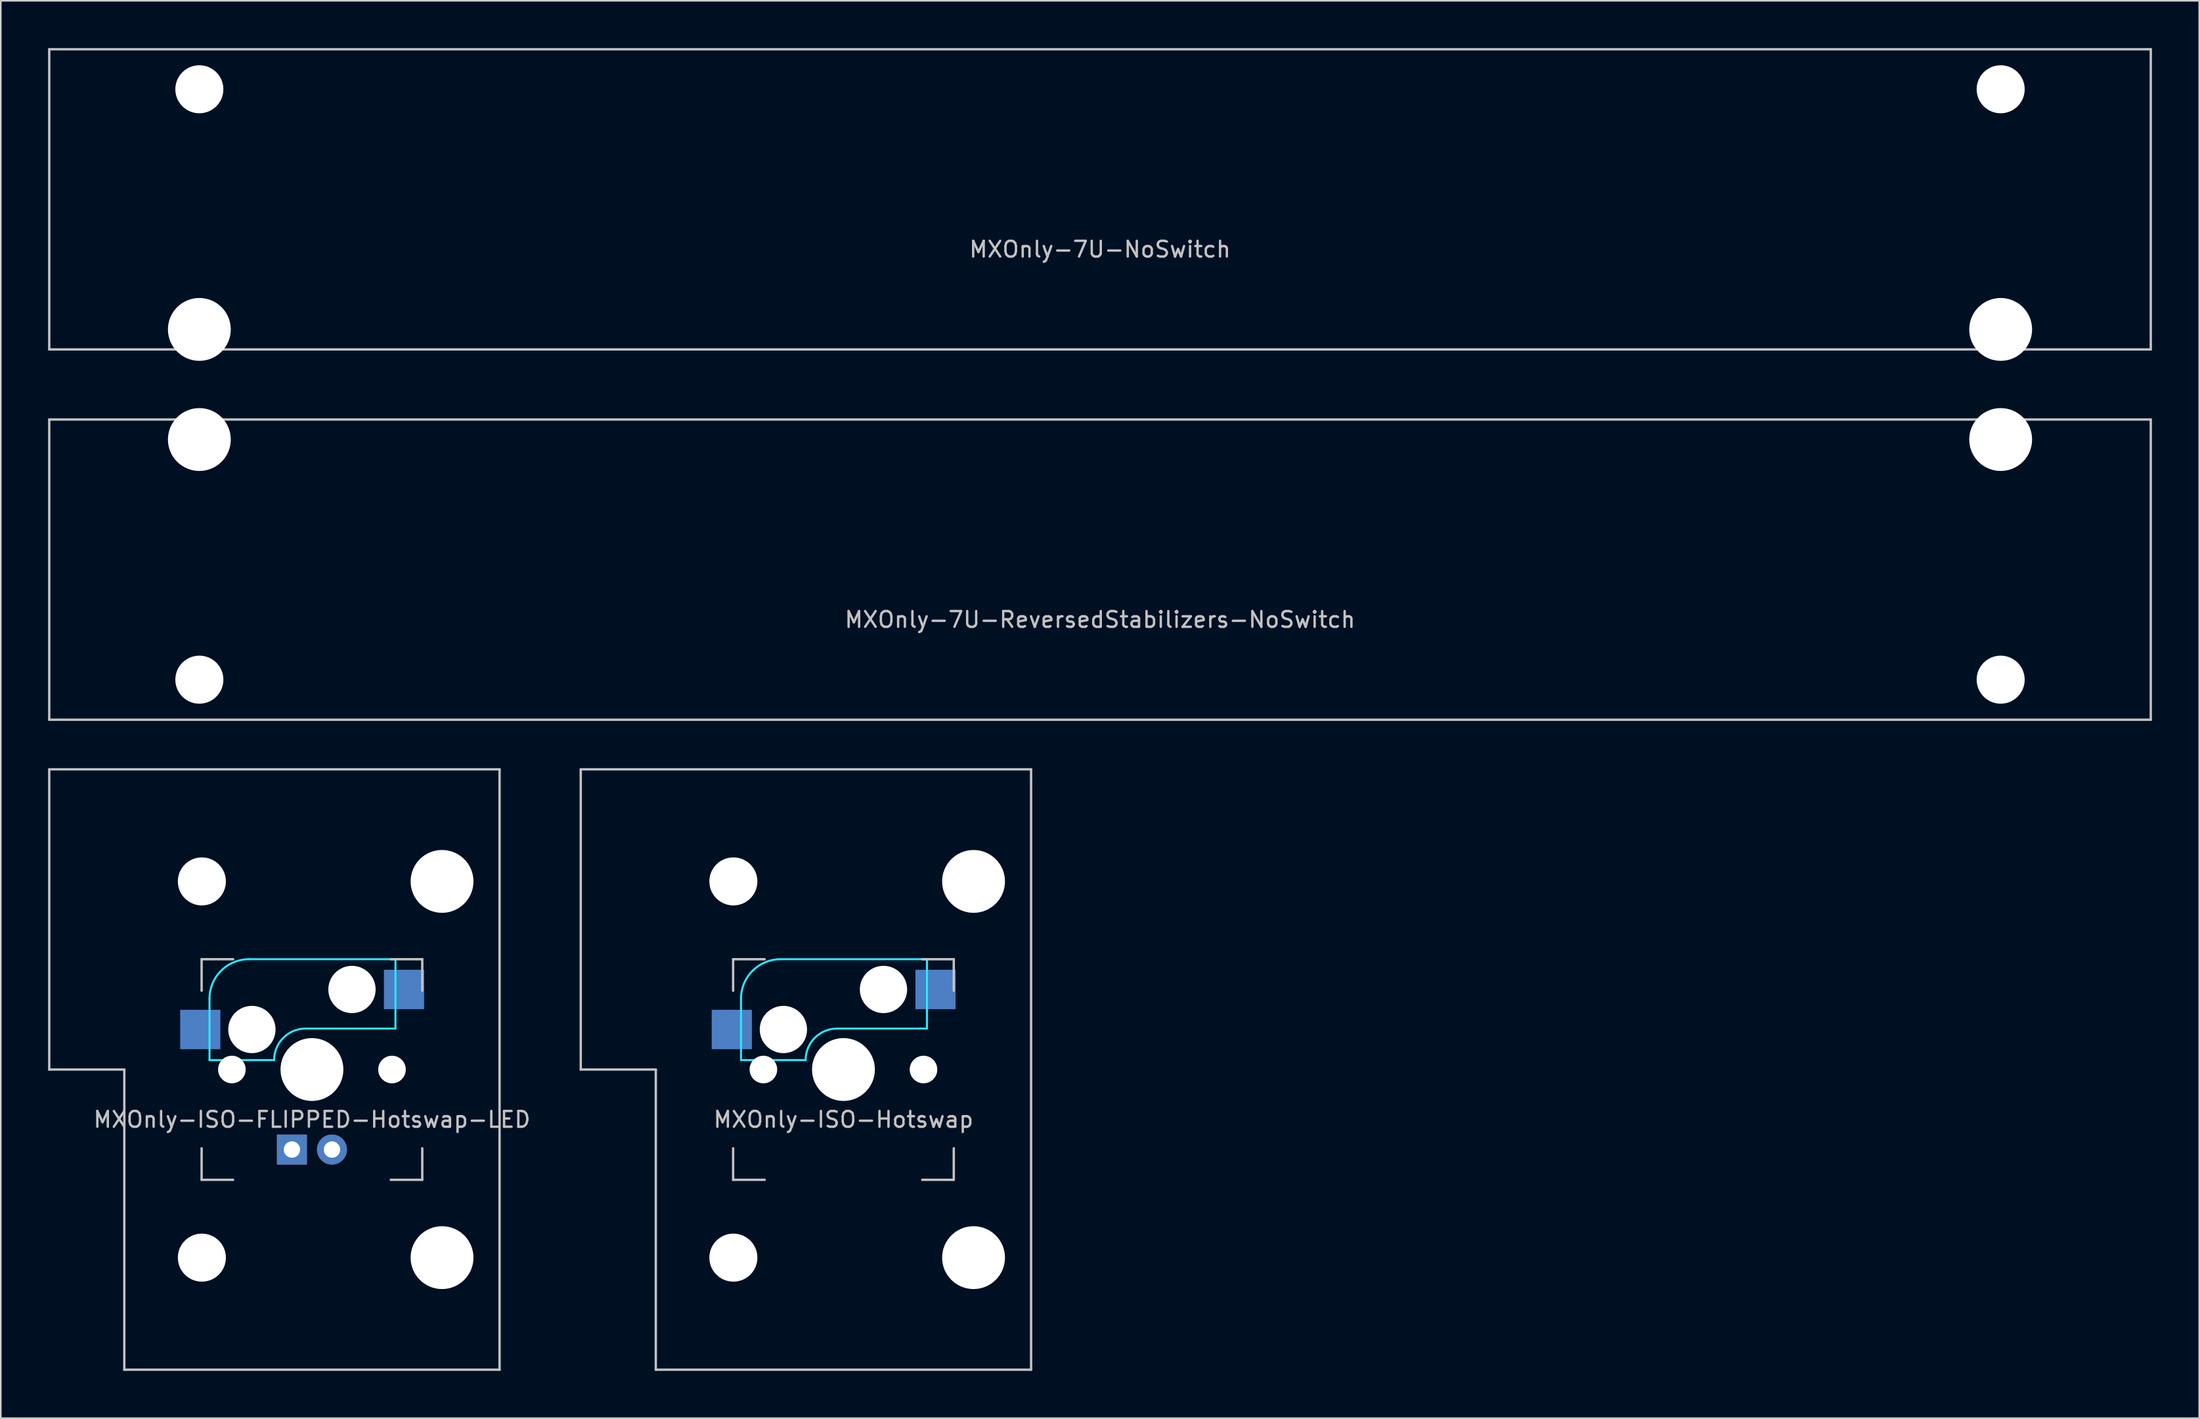
<source format=kicad_pcb>
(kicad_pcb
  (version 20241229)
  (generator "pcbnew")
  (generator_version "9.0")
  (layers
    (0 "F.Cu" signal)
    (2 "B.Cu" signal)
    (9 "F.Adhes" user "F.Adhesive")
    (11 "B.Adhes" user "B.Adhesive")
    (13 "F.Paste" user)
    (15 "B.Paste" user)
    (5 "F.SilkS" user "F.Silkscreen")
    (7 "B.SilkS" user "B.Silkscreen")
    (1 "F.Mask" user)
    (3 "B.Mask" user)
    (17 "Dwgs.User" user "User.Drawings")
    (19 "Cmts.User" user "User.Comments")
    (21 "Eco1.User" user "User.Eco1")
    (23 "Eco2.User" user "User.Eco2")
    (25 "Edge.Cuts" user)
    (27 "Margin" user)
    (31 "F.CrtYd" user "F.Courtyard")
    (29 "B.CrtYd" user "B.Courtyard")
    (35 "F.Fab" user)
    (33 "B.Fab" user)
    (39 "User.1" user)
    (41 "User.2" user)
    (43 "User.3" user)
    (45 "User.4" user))
  (footprint "MXOnly-ISO-Hotswap"
    (layer "F.Cu")
    (at 50.47 64.823)
    (property "Reference" "MXOnly-ISO-Hotswap" (at 0 3.175 0) (layer "Dwgs.User") (effects (font (size 1 1) (thickness 0.15))))
    (attr through_hole)
    (fp_line (start -16.669 -19.05) (end -16.669 0) (stroke (width 0.15) (type solid)) (layer "Dwgs.User"))
    (fp_line (start -16.669 -19.05) (end 11.906 -19.05) (stroke (width 0.15) (type solid)) (layer "Dwgs.User"))
    (fp_line (start -11.906 0) (end -16.669 0) (stroke (width 0.15) (type solid)) (layer "Dwgs.User"))
    (fp_line (start -11.906 19.05) (end -11.906 0) (stroke (width 0.15) (type solid)) (layer "Dwgs.User"))
    (fp_line (start -11.906 19.05) (end 11.906 19.05) (stroke (width 0.15) (type solid)) (layer "Dwgs.User"))
    (fp_line (start -7 -7) (end -7 -5) (stroke (width 0.15) (type solid)) (layer "Dwgs.User"))
    (fp_line (start -7 5) (end -7 7) (stroke (width 0.15) (type solid)) (layer "Dwgs.User"))
    (fp_line (start -7 7) (end -5 7) (stroke (width 0.15) (type solid)) (layer "Dwgs.User"))
    (fp_line (start -5 -7) (end -7 -7) (stroke (width 0.15) (type solid)) (layer "Dwgs.User"))
    (fp_line (start 5 -7) (end 7 -7) (stroke (width 0.15) (type solid)) (layer "Dwgs.User"))
    (fp_line (start 5 7) (end 7 7) (stroke (width 0.15) (type solid)) (layer "Dwgs.User"))
    (fp_line (start 7 -7) (end 7 -5) (stroke (width 0.15) (type solid)) (layer "Dwgs.User"))
    (fp_line (start 7 7) (end 7 5) (stroke (width 0.15) (type solid)) (layer "Dwgs.User"))
    (fp_line (start 11.906 -19.05) (end 11.906 19.05) (stroke (width 0.15) (type solid)) (layer "Dwgs.User"))
    (fp_line (start -6.5 -4.5) (end -6.5 -0.6) (stroke (width 0.127) (type solid)) (layer "B.CrtYd"))
    (fp_line (start -6.5 -0.6) (end -2.4 -0.6) (stroke (width 0.127) (type solid)) (layer "B.CrtYd"))
    (fp_line (start -0.4 -2.6) (end 5.3 -2.6) (stroke (width 0.127) (type solid)) (layer "B.CrtYd"))
    (fp_line (start 5.3 -7) (end -4 -7) (stroke (width 0.127) (type solid)) (layer "B.CrtYd"))
    (fp_line (start 5.3 -7) (end 5.3 -2.6) (stroke (width 0.127) (type solid)) (layer "B.CrtYd"))
    (fp_arc (start -6.5 -4.5) (mid -5.767767 -6.267767) (end -4 -7) (stroke (width 0.127) (type solid)) (layer "B.CrtYd"))
    (fp_arc (start -2.4 -0.6) (mid -1.814214 -2.014214) (end -0.4 -2.6) (stroke (width 0.127) (type solid)) (layer "B.CrtYd"))
    (pad "" np_thru_hole circle (at -6.985 -11.938) (size 3.048 3.048) (drill 3.048) (layers "*.Cu" "*.Mask"))
    (pad "" np_thru_hole circle (at -6.985 11.938) (size 3.048 3.048) (drill 3.048) (layers "*.Cu" "*.Mask"))
    (pad "" np_thru_hole circle (at -5.08 0 48.1) (size 1.75 1.75) (drill 1.75) (layers "*.Cu" "*.Mask"))
    (pad "" np_thru_hole circle (at -3.81 -2.54) (size 3 3) (drill 3) (layers "*.Cu" "*.Mask"))
    (pad "" np_thru_hole circle (at 0 0) (size 3.988 3.988) (drill 3.988) (layers "*.Cu" "*.Mask"))
    (pad "" np_thru_hole circle (at 2.54 -5.08) (size 3 3) (drill 3) (layers "*.Cu" "*.Mask"))
    (pad "" np_thru_hole circle (at 5.08 0 48.1) (size 1.75 1.75) (drill 1.75) (layers "*.Cu" "*.Mask"))
    (pad "" np_thru_hole circle (at 8.255 -11.938) (size 3.988 3.988) (drill 3.988) (layers "*.Cu" "*.Mask"))
    (pad "" np_thru_hole circle (at 8.255 11.938) (size 3.988 3.988) (drill 3.988) (layers "*.Cu" "*.Mask"))
    (pad "1" smd rect (at -7.085 -2.54) (size 2.55 2.5) (layers "B.Cu" "B.Mask" "B.Paste"))
    (pad "2" smd rect (at 5.842 -5.08) (size 2.55 2.5) (layers "B.Cu" "B.Mask" "B.Paste")))
  (footprint "MXOnly-7U-ReversedStabilizers-NoSwitch"
    (layer "F.Cu")
    (at 66.75 33.098)
    (property "Reference" "MXOnly-7U-ReversedStabilizers-NoSwitch" (at 0 3.175 0) (layer "Dwgs.User") (effects (font (size 1 1) (thickness 0.15))))
    (attr through_hole)
    (fp_line (start -66.675 -9.525) (end 66.675 -9.525) (stroke (width 0.15) (type solid)) (layer "Dwgs.User"))
    (fp_line (start -66.675 9.525) (end -66.675 -9.525) (stroke (width 0.15) (type solid)) (layer "Dwgs.User"))
    (fp_line (start -66.675 9.525) (end 66.675 9.525) (stroke (width 0.15) (type solid)) (layer "Dwgs.User"))
    (fp_line (start 66.675 -9.525) (end 66.675 9.525) (stroke (width 0.15) (type solid)) (layer "Dwgs.User"))
    (pad "" np_thru_hole circle (at -57.15 -8.255) (size 3.988 3.988) (drill 3.988) (layers "*.Cu" "*.Mask"))
    (pad "" np_thru_hole circle (at -57.15 6.985) (size 3.048 3.048) (drill 3.048) (layers "*.Cu" "*.Mask"))
    (pad "" np_thru_hole circle (at 57.15 -8.255) (size 3.988 3.988) (drill 3.988) (layers "*.Cu" "*.Mask"))
    (pad "" np_thru_hole circle (at 57.15 6.985) (size 3.048 3.048) (drill 3.048) (layers "*.Cu" "*.Mask")))
  (footprint "MXOnly-ISO-FLIPPED-Hotswap-LED"
    (layer "F.Cu")
    (at 16.744 64.823)
    (property "Reference" "MXOnly-ISO-FLIPPED-Hotswap-LED" (at 0 3.175 0) (layer "Dwgs.User") (effects (font (size 1 1) (thickness 0.15))))
    (attr through_hole)
    (fp_line (start -16.669 -19.05) (end -16.669 0) (stroke (width 0.15) (type solid)) (layer "Dwgs.User"))
    (fp_line (start -16.669 -19.05) (end 11.906 -19.05) (stroke (width 0.15) (type solid)) (layer "Dwgs.User"))
    (fp_line (start -11.906 0) (end -16.669 0) (stroke (width 0.15) (type solid)) (layer "Dwgs.User"))
    (fp_line (start -11.906 19.05) (end -11.906 0) (stroke (width 0.15) (type solid)) (layer "Dwgs.User"))
    (fp_line (start -11.906 19.05) (end 11.906 19.05) (stroke (width 0.15) (type solid)) (layer "Dwgs.User"))
    (fp_line (start -7 -7) (end -7 -5) (stroke (width 0.15) (type solid)) (layer "Dwgs.User"))
    (fp_line (start -7 5) (end -7 7) (stroke (width 0.15) (type solid)) (layer "Dwgs.User"))
    (fp_line (start -7 7) (end -5 7) (stroke (width 0.15) (type solid)) (layer "Dwgs.User"))
    (fp_line (start -5 -7) (end -7 -7) (stroke (width 0.15) (type solid)) (layer "Dwgs.User"))
    (fp_line (start 5 -7) (end 7 -7) (stroke (width 0.15) (type solid)) (layer "Dwgs.User"))
    (fp_line (start 5 7) (end 7 7) (stroke (width 0.15) (type solid)) (layer "Dwgs.User"))
    (fp_line (start 7 -7) (end 7 -5) (stroke (width 0.15) (type solid)) (layer "Dwgs.User"))
    (fp_line (start 7 7) (end 7 5) (stroke (width 0.15) (type solid)) (layer "Dwgs.User"))
    (fp_line (start 11.906 -19.05) (end 11.906 19.05) (stroke (width 0.15) (type solid)) (layer "Dwgs.User"))
    (fp_line (start -6.5 -4.5) (end -6.5 -0.6) (stroke (width 0.127) (type solid)) (layer "B.CrtYd"))
    (fp_line (start -6.5 -0.6) (end -2.4 -0.6) (stroke (width 0.127) (type solid)) (layer "B.CrtYd"))
    (fp_line (start -0.4 -2.6) (end 5.3 -2.6) (stroke (width 0.127) (type solid)) (layer "B.CrtYd"))
    (fp_line (start 5.3 -7) (end -4 -7) (stroke (width 0.127) (type solid)) (layer "B.CrtYd"))
    (fp_line (start 5.3 -7) (end 5.3 -2.6) (stroke (width 0.127) (type solid)) (layer "B.CrtYd"))
    (fp_arc (start -6.5 -4.5) (mid -5.767767 -6.267767) (end -4 -7) (stroke (width 0.127) (type solid)) (layer "B.CrtYd"))
    (fp_arc (start -2.4 -0.6) (mid -1.814214 -2.014214) (end -0.4 -2.6) (stroke (width 0.127) (type solid)) (layer "B.CrtYd"))
    (pad "" np_thru_hole circle (at -6.985 -11.938) (size 3.048 3.048) (drill 3.048) (layers "*.Cu" "*.Mask"))
    (pad "" np_thru_hole circle (at -6.985 11.938) (size 3.048 3.048) (drill 3.048) (layers "*.Cu" "*.Mask"))
    (pad "" np_thru_hole circle (at -5.08 0 48.1) (size 1.75 1.75) (drill 1.75) (layers "*.Cu" "*.Mask"))
    (pad "" np_thru_hole circle (at -3.81 -2.54) (size 3 3) (drill 3) (layers "*.Cu" "*.Mask"))
    (pad "" np_thru_hole circle (at 0 0) (size 3.988 3.988) (drill 3.988) (layers "*.Cu" "*.Mask"))
    (pad "" np_thru_hole circle (at 2.54 -5.08) (size 3 3) (drill 3) (layers "*.Cu" "*.Mask"))
    (pad "" np_thru_hole circle (at 5.08 0 48.1) (size 1.75 1.75) (drill 1.75) (layers "*.Cu" "*.Mask"))
    (pad "" np_thru_hole circle (at 8.255 -11.938) (size 3.988 3.988) (drill 3.988) (layers "*.Cu" "*.Mask"))
    (pad "" np_thru_hole circle (at 8.255 11.938) (size 3.988 3.988) (drill 3.988) (layers "*.Cu" "*.Mask"))
    (pad "1" smd rect (at -7.085 -2.54) (size 2.55 2.5) (layers "B.Cu" "B.Mask" "B.Paste"))
    (pad "2" smd rect (at 5.842 -5.08) (size 2.55 2.5) (layers "B.Cu" "B.Mask" "B.Paste"))
    (pad "3" thru_hole circle (at 1.27 5.08 180) (size 1.905 1.905) (drill 1.04) (layers "*.Cu" "B.Mask"))
    (pad "4" thru_hole rect (at -1.27 5.08 180) (size 1.905 1.905) (drill 1.04) (layers "*.Cu" "B.Mask")))
  (footprint "MXOnly-7U-NoSwitch"
    (layer "F.Cu")
    (at 66.75 9.6)
    (property "Reference" "MXOnly-7U-NoSwitch" (at 0 3.175 0) (layer "Dwgs.User") (effects (font (size 1 1) (thickness 0.15))))
    (attr through_hole)
    (fp_line (start -66.675 -9.525) (end 66.675 -9.525) (stroke (width 0.15) (type solid)) (layer "Dwgs.User"))
    (fp_line (start -66.675 9.525) (end -66.675 -9.525) (stroke (width 0.15) (type solid)) (layer "Dwgs.User"))
    (fp_line (start -66.675 9.525) (end 66.675 9.525) (stroke (width 0.15) (type solid)) (layer "Dwgs.User"))
    (fp_line (start 66.675 -9.525) (end 66.675 9.525) (stroke (width 0.15) (type solid)) (layer "Dwgs.User"))
    (pad "" np_thru_hole circle (at -57.15 -6.985) (size 3.048 3.048) (drill 3.048) (layers "*.Cu" "*.Mask"))
    (pad "" np_thru_hole circle (at -57.15 8.255) (size 3.988 3.988) (drill 3.988) (layers "*.Cu" "*.Mask"))
    (pad "" np_thru_hole circle (at 57.15 -6.985) (size 3.048 3.048) (drill 3.048) (layers "*.Cu" "*.Mask"))
    (pad "" np_thru_hole circle (at 57.15 8.255) (size 3.988 3.988) (drill 3.988) (layers "*.Cu" "*.Mask")))
  (gr_rect
    (start -3 -3)
    (end 136.5 86.948)
    (stroke (width 0.1) (type default))
    (fill no)
    (layer "Edge.Cuts")))
</source>
